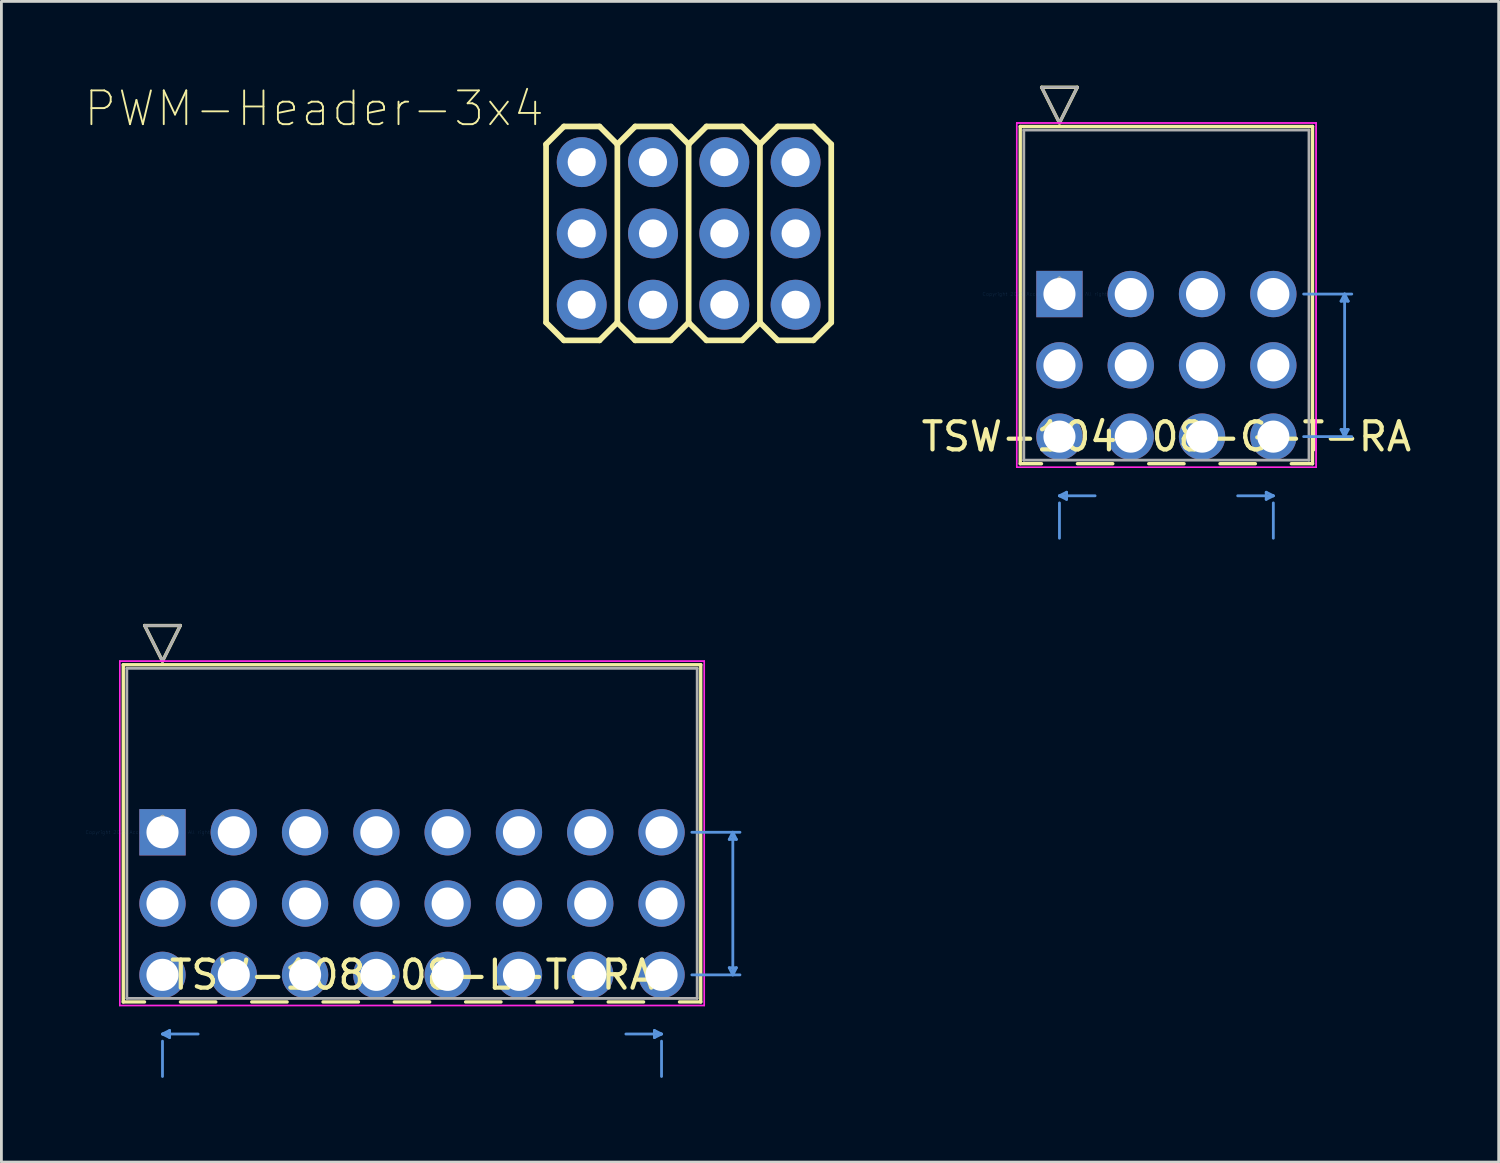
<source format=kicad_pcb>
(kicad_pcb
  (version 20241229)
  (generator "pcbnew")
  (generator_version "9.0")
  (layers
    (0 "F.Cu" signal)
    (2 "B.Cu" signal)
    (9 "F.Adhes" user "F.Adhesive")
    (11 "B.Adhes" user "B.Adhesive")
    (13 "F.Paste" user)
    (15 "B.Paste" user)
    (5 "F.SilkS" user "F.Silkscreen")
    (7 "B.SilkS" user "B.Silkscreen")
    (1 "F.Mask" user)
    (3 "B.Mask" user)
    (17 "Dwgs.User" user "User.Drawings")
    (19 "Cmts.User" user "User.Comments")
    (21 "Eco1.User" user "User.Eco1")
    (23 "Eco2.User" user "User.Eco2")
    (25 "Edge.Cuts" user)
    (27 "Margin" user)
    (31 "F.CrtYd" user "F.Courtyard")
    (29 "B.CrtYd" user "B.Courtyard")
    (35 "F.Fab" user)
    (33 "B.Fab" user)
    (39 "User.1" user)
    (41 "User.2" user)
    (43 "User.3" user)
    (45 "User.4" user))
  (footprint "PWM-Header-3x4"
    (layer "F.Cu")
    (at 21.485 5.266)
    (property "Reference" "PWM-Header-3x4" (at -5.08 -4.445 180) (layer "F.SilkS") (effects (font (size 1.203 1.203) (thickness 0.067)) (justify right)))
    (fp_line (start -5.08 -3.175) (end -4.445 -3.81) (stroke (width 0.203) (type solid)) (layer "F.SilkS"))
    (fp_line (start -5.08 3.175) (end -5.08 -3.175) (stroke (width 0.203) (type solid)) (layer "F.SilkS"))
    (fp_line (start -5.08 3.175) (end -4.445 3.81) (stroke (width 0.203) (type solid)) (layer "F.SilkS"))
    (fp_line (start -4.445 -3.81) (end -3.175 -3.81) (stroke (width 0.203) (type solid)) (layer "F.SilkS"))
    (fp_line (start -4.445 3.81) (end -3.175 3.81) (stroke (width 0.203) (type solid)) (layer "F.SilkS"))
    (fp_line (start -3.175 -3.81) (end -2.54 -3.175) (stroke (width 0.203) (type solid)) (layer "F.SilkS"))
    (fp_line (start -3.175 3.81) (end -2.54 3.175) (stroke (width 0.203) (type solid)) (layer "F.SilkS"))
    (fp_line (start -2.54 -3.175) (end -2.54 3.175) (stroke (width 0.203) (type solid)) (layer "F.SilkS"))
    (fp_line (start -2.54 -3.175) (end -1.905 -3.81) (stroke (width 0.203) (type solid)) (layer "F.SilkS"))
    (fp_line (start -2.54 3.175) (end -1.905 3.81) (stroke (width 0.203) (type solid)) (layer "F.SilkS"))
    (fp_line (start -1.905 -3.81) (end -0.635 -3.81) (stroke (width 0.203) (type solid)) (layer "F.SilkS"))
    (fp_line (start -1.905 3.81) (end -0.635 3.81) (stroke (width 0.203) (type solid)) (layer "F.SilkS"))
    (fp_line (start -0.635 -3.81) (end 0 -3.175) (stroke (width 0.203) (type solid)) (layer "F.SilkS"))
    (fp_line (start -0.635 3.81) (end 0 3.175) (stroke (width 0.203) (type solid)) (layer "F.SilkS"))
    (fp_line (start 0 -3.175) (end 0 3.175) (stroke (width 0.203) (type solid)) (layer "F.SilkS"))
    (fp_line (start 0 -3.175) (end 0.635 -3.81) (stroke (width 0.203) (type solid)) (layer "F.SilkS"))
    (fp_line (start 0 3.175) (end 0.635 3.81) (stroke (width 0.203) (type solid)) (layer "F.SilkS"))
    (fp_line (start 0.635 -3.81) (end 1.905 -3.81) (stroke (width 0.203) (type solid)) (layer "F.SilkS"))
    (fp_line (start 0.635 3.81) (end 1.905 3.81) (stroke (width 0.203) (type solid)) (layer "F.SilkS"))
    (fp_line (start 1.905 -3.81) (end 2.54 -3.175) (stroke (width 0.203) (type solid)) (layer "F.SilkS"))
    (fp_line (start 1.905 3.81) (end 2.54 3.175) (stroke (width 0.203) (type solid)) (layer "F.SilkS"))
    (fp_line (start 2.54 -3.175) (end 2.54 3.175) (stroke (width 0.203) (type solid)) (layer "F.SilkS"))
    (fp_line (start 2.54 -3.175) (end 3.175 -3.81) (stroke (width 0.203) (type solid)) (layer "F.SilkS"))
    (fp_line (start 2.54 3.175) (end 3.175 3.81) (stroke (width 0.203) (type solid)) (layer "F.SilkS"))
    (fp_line (start 3.175 -3.81) (end 4.445 -3.81) (stroke (width 0.203) (type solid)) (layer "F.SilkS"))
    (fp_line (start 3.175 3.81) (end 4.445 3.81) (stroke (width 0.203) (type solid)) (layer "F.SilkS"))
    (fp_line (start 4.445 -3.81) (end 5.08 -3.175) (stroke (width 0.203) (type solid)) (layer "F.SilkS"))
    (fp_line (start 4.445 3.81) (end 5.08 3.175) (stroke (width 0.203) (type solid)) (layer "F.SilkS"))
    (fp_line (start 5.08 -3.175) (end 5.08 3.175) (stroke (width 0.203) (type solid)) (layer "F.SilkS"))
    (fp_poly (pts (xy -4.064 -2.286) (xy -3.556 -2.286) (xy -3.556 -2.794) (xy -4.064 -2.794)) (stroke (width 0.1) (type solid)) (fill no) (layer "F.Fab"))
    (fp_poly (pts (xy -4.064 0.254) (xy -3.556 0.254) (xy -3.556 -0.254) (xy -4.064 -0.254)) (stroke (width 0.1) (type solid)) (fill no) (layer "F.Fab"))
    (fp_poly (pts (xy -4.064 2.794) (xy -3.556 2.794) (xy -3.556 2.286) (xy -4.064 2.286)) (stroke (width 0.1) (type solid)) (fill no) (layer "F.Fab"))
    (fp_poly (pts (xy -1.524 -2.286) (xy -1.016 -2.286) (xy -1.016 -2.794) (xy -1.524 -2.794)) (stroke (width 0.1) (type solid)) (fill no) (layer "F.Fab"))
    (fp_poly (pts (xy -1.524 0.254) (xy -1.016 0.254) (xy -1.016 -0.254) (xy -1.524 -0.254)) (stroke (width 0.1) (type solid)) (fill no) (layer "F.Fab"))
    (fp_poly (pts (xy -1.524 2.794) (xy -1.016 2.794) (xy -1.016 2.286) (xy -1.524 2.286)) (stroke (width 0.1) (type solid)) (fill no) (layer "F.Fab"))
    (fp_poly (pts (xy 1.016 -2.286) (xy 1.524 -2.286) (xy 1.524 -2.794) (xy 1.016 -2.794)) (stroke (width 0.1) (type solid)) (fill no) (layer "F.Fab"))
    (fp_poly (pts (xy 1.016 0.254) (xy 1.524 0.254) (xy 1.524 -0.254) (xy 1.016 -0.254)) (stroke (width 0.1) (type solid)) (fill no) (layer "F.Fab"))
    (fp_poly (pts (xy 1.016 2.794) (xy 1.524 2.794) (xy 1.524 2.286) (xy 1.016 2.286)) (stroke (width 0.1) (type solid)) (fill no) (layer "F.Fab"))
    (fp_poly (pts (xy 3.556 -2.286) (xy 4.064 -2.286) (xy 4.064 -2.794) (xy 3.556 -2.794)) (stroke (width 0.1) (type solid)) (fill no) (layer "F.Fab"))
    (fp_poly (pts (xy 3.556 0.254) (xy 4.064 0.254) (xy 4.064 -0.254) (xy 3.556 -0.254)) (stroke (width 0.1) (type solid)) (fill no) (layer "F.Fab"))
    (fp_poly (pts (xy 3.556 2.794) (xy 4.064 2.794) (xy 4.064 2.286) (xy 3.556 2.286)) (stroke (width 0.1) (type solid)) (fill no) (layer "F.Fab"))
    (pad "1" thru_hole circle (at -3.81 2.54) (size 1.778 1.778) (drill 1) (layers "*.Cu" "*.Mask"))
    (pad "2" thru_hole circle (at -3.81 0) (size 1.778 1.778) (drill 1) (layers "*.Cu" "*.Mask"))
    (pad "3" thru_hole circle (at -3.81 -2.54) (size 1.778 1.778) (drill 1) (layers "*.Cu" "*.Mask"))
    (pad "4" thru_hole circle (at -1.27 2.54) (size 1.778 1.778) (drill 1) (layers "*.Cu" "*.Mask"))
    (pad "5" thru_hole circle (at -1.27 0) (size 1.778 1.778) (drill 1) (layers "*.Cu" "*.Mask"))
    (pad "6" thru_hole circle (at -1.27 -2.54) (size 1.778 1.778) (drill 1) (layers "*.Cu" "*.Mask"))
    (pad "7" thru_hole circle (at 1.27 2.54) (size 1.778 1.778) (drill 1) (layers "*.Cu" "*.Mask"))
    (pad "8" thru_hole circle (at 1.27 0) (size 1.778 1.778) (drill 1) (layers "*.Cu" "*.Mask"))
    (pad "9" thru_hole circle (at 1.27 -2.54) (size 1.778 1.778) (drill 1) (layers "*.Cu" "*.Mask"))
    (pad "10" thru_hole circle (at 3.81 2.54) (size 1.778 1.778) (drill 1) (layers "*.Cu" "*.Mask"))
    (pad "11" thru_hole circle (at 3.81 0) (size 1.778 1.778) (drill 1) (layers "*.Cu" "*.Mask"))
    (pad "12" thru_hole circle (at 3.81 -2.54) (size 1.778 1.778) (drill 1) (layers "*.Cu" "*.Mask")))
  (footprint "TSW-104-08-G-T-RA"
    (layer "F.Cu")
    (at 34.696 7.426)
    (property "Reference" "TSW-104-08-G-T-RA" (at 3.81 5.08 0) (layer "F.SilkS") (effects (font (size 1 1) (thickness 0.15))))
    (attr through_hole)
    (fp_line (start -1.397 -5.969) (end -1.397 6.045) (stroke (width 0.12) (type solid)) (layer "F.SilkS"))
    (fp_line (start -1.397 6.045) (end -0.64 6.045) (stroke (width 0.12) (type solid)) (layer "F.SilkS"))
    (fp_line (start -0.635 -7.366) (end 0.635 -7.366) (stroke (width 0.12) (type solid)) (layer "F.SilkS"))
    (fp_line (start 0 -6.096) (end -0.635 -7.366) (stroke (width 0.12) (type solid)) (layer "F.SilkS"))
    (fp_line (start 0.635 -7.366) (end 0 -6.096) (stroke (width 0.12) (type solid)) (layer "F.SilkS"))
    (fp_line (start 0.64 6.045) (end 1.9 6.045) (stroke (width 0.12) (type solid)) (layer "F.SilkS"))
    (fp_line (start 3.18 6.045) (end 4.44 6.045) (stroke (width 0.12) (type solid)) (layer "F.SilkS"))
    (fp_line (start 5.72 6.045) (end 6.98 6.045) (stroke (width 0.12) (type solid)) (layer "F.SilkS"))
    (fp_line (start 8.26 6.045) (end 9.017 6.045) (stroke (width 0.12) (type solid)) (layer "F.SilkS"))
    (fp_line (start 9.017 -5.969) (end -1.397 -5.969) (stroke (width 0.12) (type solid)) (layer "F.SilkS"))
    (fp_line (start 9.017 6.045) (end 9.017 -5.969) (stroke (width 0.12) (type solid)) (layer "F.SilkS"))
    (fp_line (start 0 7.188) (end 0.254 7.315) (stroke (width 0.1) (type solid)) (layer "Cmts.User"))
    (fp_line (start 0 7.188) (end 1.27 7.188) (stroke (width 0.1) (type solid)) (layer "Cmts.User"))
    (fp_line (start 0 8.7) (end 0 7.442) (stroke (width 0.1) (type solid)) (layer "Cmts.User"))
    (fp_line (start 0.254 7.061) (end 0 7.188) (stroke (width 0.1) (type solid)) (layer "Cmts.User"))
    (fp_line (start 0.254 7.315) (end 0.254 7.061) (stroke (width 0.1) (type solid)) (layer "Cmts.User"))
    (fp_line (start 7.366 7.061) (end 7.62 7.188) (stroke (width 0.1) (type solid)) (layer "Cmts.User"))
    (fp_line (start 7.366 7.315) (end 7.366 7.061) (stroke (width 0.1) (type solid)) (layer "Cmts.User"))
    (fp_line (start 7.62 7.188) (end 6.35 7.188) (stroke (width 0.1) (type solid)) (layer "Cmts.User"))
    (fp_line (start 7.62 7.188) (end 7.366 7.315) (stroke (width 0.1) (type solid)) (layer "Cmts.User"))
    (fp_line (start 7.62 8.7) (end 7.62 7.442) (stroke (width 0.1) (type solid)) (layer "Cmts.User"))
    (fp_line (start 8.7 0) (end 10.414 0) (stroke (width 0.1) (type solid)) (layer "Cmts.User"))
    (fp_line (start 8.7 5.08) (end 10.414 5.08) (stroke (width 0.1) (type solid)) (layer "Cmts.User"))
    (fp_line (start 10.033 0.254) (end 10.287 0.254) (stroke (width 0.1) (type solid)) (layer "Cmts.User"))
    (fp_line (start 10.033 4.826) (end 10.287 4.826) (stroke (width 0.1) (type solid)) (layer "Cmts.User"))
    (fp_line (start 10.16 0) (end 10.033 0.254) (stroke (width 0.1) (type solid)) (layer "Cmts.User"))
    (fp_line (start 10.16 0) (end 10.16 5.08) (stroke (width 0.1) (type solid)) (layer "Cmts.User"))
    (fp_line (start 10.16 5.08) (end 10.033 4.826) (stroke (width 0.1) (type solid)) (layer "Cmts.User"))
    (fp_line (start 10.287 0.254) (end 10.16 0) (stroke (width 0.1) (type solid)) (layer "Cmts.User"))
    (fp_line (start 10.287 4.826) (end 10.16 5.08) (stroke (width 0.1) (type solid)) (layer "Cmts.User"))
    (fp_line (start -1.524 -6.096) (end -1.524 6.172) (stroke (width 0.05) (type solid)) (layer "F.CrtYd"))
    (fp_line (start -1.524 -6.096) (end -1.524 6.172) (stroke (width 0.05) (type solid)) (layer "F.CrtYd"))
    (fp_line (start -1.524 6.172) (end 9.144 6.172) (stroke (width 0.05) (type solid)) (layer "F.CrtYd"))
    (fp_line (start -1.524 6.172) (end 9.144 6.172) (stroke (width 0.05) (type solid)) (layer "F.CrtYd"))
    (fp_line (start 9.144 -6.096) (end -1.524 -6.096) (stroke (width 0.05) (type solid)) (layer "F.CrtYd"))
    (fp_line (start 9.144 -6.096) (end -1.524 -6.096) (stroke (width 0.05) (type solid)) (layer "F.CrtYd"))
    (fp_line (start 9.144 6.172) (end 9.144 -6.096) (stroke (width 0.05) (type solid)) (layer "F.CrtYd"))
    (fp_line (start 9.144 6.172) (end 9.144 -6.096) (stroke (width 0.05) (type solid)) (layer "F.CrtYd"))
    (fp_line (start -1.27 -5.842) (end -1.27 5.918) (stroke (width 0.1) (type solid)) (layer "F.Fab"))
    (fp_line (start -1.27 5.918) (end 8.89 5.918) (stroke (width 0.1) (type solid)) (layer "F.Fab"))
    (fp_line (start -0.635 -7.366) (end 0.635 -7.366) (stroke (width 0.1) (type solid)) (layer "F.Fab"))
    (fp_line (start 0 -6.096) (end -0.635 -7.366) (stroke (width 0.1) (type solid)) (layer "F.Fab"))
    (fp_line (start 0.635 -7.366) (end 0 -6.096) (stroke (width 0.1) (type solid)) (layer "F.Fab"))
    (fp_line (start 8.89 -5.842) (end -1.27 -5.842) (stroke (width 0.1) (type solid)) (layer "F.Fab"))
    (fp_line (start 8.89 5.918) (end 8.89 -5.842) (stroke (width 0.1) (type solid)) (layer "F.Fab"))
    (fp_text user "*" (at 0 0 0) (layer "F.SilkS") (effects (font (size 1 1) (thickness 0.15))))
    (fp_text user "Copyright 2021 Accelerated Designs. All rights reserved." (at 0 0 0) (layer "Cmts.User") (effects (font (size 0.127 0.127) (thickness 0.002))))
    (fp_text user "*" (at 0 0 0) (layer "F.Fab") (effects (font (size 1 1) (thickness 0.15))))
    (pad "1" thru_hole rect (at 0 0) (size 1.651 1.651) (drill 1.143) (layers "*.Cu" "*.Mask"))
    (pad "2" thru_hole circle (at 0 2.54) (size 1.651 1.651) (drill 1.143) (layers "*.Cu" "*.Mask"))
    (pad "3" thru_hole circle (at 0 5.08) (size 1.651 1.651) (drill 1.143) (layers "*.Cu" "*.Mask"))
    (pad "4" thru_hole circle (at 2.54 0) (size 1.651 1.651) (drill 1.143) (layers "*.Cu" "*.Mask"))
    (pad "5" thru_hole circle (at 2.54 2.54) (size 1.651 1.651) (drill 1.143) (layers "*.Cu" "*.Mask"))
    (pad "6" thru_hole circle (at 2.54 5.08) (size 1.651 1.651) (drill 1.143) (layers "*.Cu" "*.Mask"))
    (pad "7" thru_hole circle (at 5.08 0) (size 1.651 1.651) (drill 1.143) (layers "*.Cu" "*.Mask"))
    (pad "8" thru_hole circle (at 5.08 2.54) (size 1.651 1.651) (drill 1.143) (layers "*.Cu" "*.Mask"))
    (pad "9" thru_hole circle (at 5.08 5.08) (size 1.651 1.651) (drill 1.143) (layers "*.Cu" "*.Mask"))
    (pad "10" thru_hole circle (at 7.62 0) (size 1.651 1.651) (drill 1.143) (layers "*.Cu" "*.Mask"))
    (pad "11" thru_hole circle (at 7.62 2.54) (size 1.651 1.651) (drill 1.143) (layers "*.Cu" "*.Mask"))
    (pad "12" thru_hole circle (at 7.62 5.08) (size 1.651 1.651) (drill 1.143) (layers "*.Cu" "*.Mask")))
  (footprint "TSW-108-08-L-T-RA"
    (layer "F.Cu")
    (at 2.739 26.602)
    (property "Reference" "TSW-108-08-L-T-RA" (at 8.89 5.08 0) (layer "F.SilkS") (effects (font (size 1 1) (thickness 0.15))))
    (attr through_hole)
    (fp_line (start -1.397 -5.969) (end -1.397 6.045) (stroke (width 0.12) (type solid)) (layer "F.SilkS"))
    (fp_line (start -1.397 6.045) (end -0.64 6.045) (stroke (width 0.12) (type solid)) (layer "F.SilkS"))
    (fp_line (start -0.635 -7.366) (end 0.635 -7.366) (stroke (width 0.12) (type solid)) (layer "F.SilkS"))
    (fp_line (start 0 -6.096) (end -0.635 -7.366) (stroke (width 0.12) (type solid)) (layer "F.SilkS"))
    (fp_line (start 0.635 -7.366) (end 0 -6.096) (stroke (width 0.12) (type solid)) (layer "F.SilkS"))
    (fp_line (start 0.64 6.045) (end 1.9 6.045) (stroke (width 0.12) (type solid)) (layer "F.SilkS"))
    (fp_line (start 3.18 6.045) (end 4.44 6.045) (stroke (width 0.12) (type solid)) (layer "F.SilkS"))
    (fp_line (start 5.72 6.045) (end 6.98 6.045) (stroke (width 0.12) (type solid)) (layer "F.SilkS"))
    (fp_line (start 8.26 6.045) (end 9.52 6.045) (stroke (width 0.12) (type solid)) (layer "F.SilkS"))
    (fp_line (start 10.8 6.045) (end 12.06 6.045) (stroke (width 0.12) (type solid)) (layer "F.SilkS"))
    (fp_line (start 13.34 6.045) (end 14.6 6.045) (stroke (width 0.12) (type solid)) (layer "F.SilkS"))
    (fp_line (start 15.88 6.045) (end 17.14 6.045) (stroke (width 0.12) (type solid)) (layer "F.SilkS"))
    (fp_line (start 18.42 6.045) (end 19.177 6.045) (stroke (width 0.12) (type solid)) (layer "F.SilkS"))
    (fp_line (start 19.177 -5.969) (end -1.397 -5.969) (stroke (width 0.12) (type solid)) (layer "F.SilkS"))
    (fp_line (start 19.177 6.045) (end 19.177 -5.969) (stroke (width 0.12) (type solid)) (layer "F.SilkS"))
    (fp_line (start 0 7.188) (end 0.254 7.315) (stroke (width 0.1) (type solid)) (layer "Cmts.User"))
    (fp_line (start 0 7.188) (end 1.27 7.188) (stroke (width 0.1) (type solid)) (layer "Cmts.User"))
    (fp_line (start 0 8.7) (end 0 7.442) (stroke (width 0.1) (type solid)) (layer "Cmts.User"))
    (fp_line (start 0.254 7.061) (end 0 7.188) (stroke (width 0.1) (type solid)) (layer "Cmts.User"))
    (fp_line (start 0.254 7.315) (end 0.254 7.061) (stroke (width 0.1) (type solid)) (layer "Cmts.User"))
    (fp_line (start 17.526 7.061) (end 17.78 7.188) (stroke (width 0.1) (type solid)) (layer "Cmts.User"))
    (fp_line (start 17.526 7.315) (end 17.526 7.061) (stroke (width 0.1) (type solid)) (layer "Cmts.User"))
    (fp_line (start 17.78 7.188) (end 16.51 7.188) (stroke (width 0.1) (type solid)) (layer "Cmts.User"))
    (fp_line (start 17.78 7.188) (end 17.526 7.315) (stroke (width 0.1) (type solid)) (layer "Cmts.User"))
    (fp_line (start 17.78 8.7) (end 17.78 7.442) (stroke (width 0.1) (type solid)) (layer "Cmts.User"))
    (fp_line (start 18.86 0) (end 20.574 0) (stroke (width 0.1) (type solid)) (layer "Cmts.User"))
    (fp_line (start 18.86 5.08) (end 20.574 5.08) (stroke (width 0.1) (type solid)) (layer "Cmts.User"))
    (fp_line (start 20.193 0.254) (end 20.447 0.254) (stroke (width 0.1) (type solid)) (layer "Cmts.User"))
    (fp_line (start 20.193 4.826) (end 20.447 4.826) (stroke (width 0.1) (type solid)) (layer "Cmts.User"))
    (fp_line (start 20.32 0) (end 20.193 0.254) (stroke (width 0.1) (type solid)) (layer "Cmts.User"))
    (fp_line (start 20.32 0) (end 20.32 5.08) (stroke (width 0.1) (type solid)) (layer "Cmts.User"))
    (fp_line (start 20.32 5.08) (end 20.193 4.826) (stroke (width 0.1) (type solid)) (layer "Cmts.User"))
    (fp_line (start 20.447 0.254) (end 20.32 0) (stroke (width 0.1) (type solid)) (layer "Cmts.User"))
    (fp_line (start 20.447 4.826) (end 20.32 5.08) (stroke (width 0.1) (type solid)) (layer "Cmts.User"))
    (fp_line (start -1.524 -6.096) (end -1.524 6.172) (stroke (width 0.05) (type solid)) (layer "F.CrtYd"))
    (fp_line (start -1.524 -6.096) (end -1.524 6.172) (stroke (width 0.05) (type solid)) (layer "F.CrtYd"))
    (fp_line (start -1.524 6.172) (end 19.304 6.172) (stroke (width 0.05) (type solid)) (layer "F.CrtYd"))
    (fp_line (start -1.524 6.172) (end 19.304 6.172) (stroke (width 0.05) (type solid)) (layer "F.CrtYd"))
    (fp_line (start 19.304 -6.096) (end -1.524 -6.096) (stroke (width 0.05) (type solid)) (layer "F.CrtYd"))
    (fp_line (start 19.304 -6.096) (end -1.524 -6.096) (stroke (width 0.05) (type solid)) (layer "F.CrtYd"))
    (fp_line (start 19.304 6.172) (end 19.304 -6.096) (stroke (width 0.05) (type solid)) (layer "F.CrtYd"))
    (fp_line (start 19.304 6.172) (end 19.304 -6.096) (stroke (width 0.05) (type solid)) (layer "F.CrtYd"))
    (fp_line (start -1.27 -5.842) (end -1.27 5.918) (stroke (width 0.1) (type solid)) (layer "F.Fab"))
    (fp_line (start -1.27 5.918) (end 19.05 5.918) (stroke (width 0.1) (type solid)) (layer "F.Fab"))
    (fp_line (start -0.635 -7.366) (end 0.635 -7.366) (stroke (width 0.1) (type solid)) (layer "F.Fab"))
    (fp_line (start 0 -6.096) (end -0.635 -7.366) (stroke (width 0.1) (type solid)) (layer "F.Fab"))
    (fp_line (start 0.635 -7.366) (end 0 -6.096) (stroke (width 0.1) (type solid)) (layer "F.Fab"))
    (fp_line (start 19.05 -5.842) (end -1.27 -5.842) (stroke (width 0.1) (type solid)) (layer "F.Fab"))
    (fp_line (start 19.05 5.918) (end 19.05 -5.842) (stroke (width 0.1) (type solid)) (layer "F.Fab"))
    (fp_text user "*" (at 0 0 0) (layer "F.SilkS") (effects (font (size 1 1) (thickness 0.15))))
    (fp_text user "Copyright 2021 Accelerated Designs. All rights reserved." (at 0 0 0) (layer "Cmts.User") (effects (font (size 0.127 0.127) (thickness 0.002))))
    (fp_text user "*" (at 0 0 0) (layer "F.Fab") (effects (font (size 1 1) (thickness 0.15))))
    (pad "1" thru_hole rect (at 0 0) (size 1.651 1.651) (drill 1.143) (layers "*.Cu" "*.Mask"))
    (pad "2" thru_hole circle (at 0 2.54) (size 1.651 1.651) (drill 1.143) (layers "*.Cu" "*.Mask"))
    (pad "3" thru_hole circle (at 0 5.08) (size 1.651 1.651) (drill 1.143) (layers "*.Cu" "*.Mask"))
    (pad "4" thru_hole circle (at 2.54 0) (size 1.651 1.651) (drill 1.143) (layers "*.Cu" "*.Mask"))
    (pad "5" thru_hole circle (at 2.54 2.54) (size 1.651 1.651) (drill 1.143) (layers "*.Cu" "*.Mask"))
    (pad "6" thru_hole circle (at 2.54 5.08) (size 1.651 1.651) (drill 1.143) (layers "*.Cu" "*.Mask"))
    (pad "7" thru_hole circle (at 5.08 0) (size 1.651 1.651) (drill 1.143) (layers "*.Cu" "*.Mask"))
    (pad "8" thru_hole circle (at 5.08 2.54) (size 1.651 1.651) (drill 1.143) (layers "*.Cu" "*.Mask"))
    (pad "9" thru_hole circle (at 5.08 5.08) (size 1.651 1.651) (drill 1.143) (layers "*.Cu" "*.Mask"))
    (pad "10" thru_hole circle (at 7.62 0) (size 1.651 1.651) (drill 1.143) (layers "*.Cu" "*.Mask"))
    (pad "11" thru_hole circle (at 7.62 2.54) (size 1.651 1.651) (drill 1.143) (layers "*.Cu" "*.Mask"))
    (pad "12" thru_hole circle (at 7.62 5.08) (size 1.651 1.651) (drill 1.143) (layers "*.Cu" "*.Mask"))
    (pad "13" thru_hole circle (at 10.16 0) (size 1.651 1.651) (drill 1.143) (layers "*.Cu" "*.Mask"))
    (pad "14" thru_hole circle (at 10.16 2.54) (size 1.651 1.651) (drill 1.143) (layers "*.Cu" "*.Mask"))
    (pad "15" thru_hole circle (at 10.16 5.08) (size 1.651 1.651) (drill 1.143) (layers "*.Cu" "*.Mask"))
    (pad "16" thru_hole circle (at 12.7 0) (size 1.651 1.651) (drill 1.143) (layers "*.Cu" "*.Mask"))
    (pad "17" thru_hole circle (at 12.7 2.54) (size 1.651 1.651) (drill 1.143) (layers "*.Cu" "*.Mask"))
    (pad "18" thru_hole circle (at 12.7 5.08) (size 1.651 1.651) (drill 1.143) (layers "*.Cu" "*.Mask"))
    (pad "19" thru_hole circle (at 15.24 0) (size 1.651 1.651) (drill 1.143) (layers "*.Cu" "*.Mask"))
    (pad "20" thru_hole circle (at 15.24 2.54) (size 1.651 1.651) (drill 1.143) (layers "*.Cu" "*.Mask"))
    (pad "21" thru_hole circle (at 15.24 5.08) (size 1.651 1.651) (drill 1.143) (layers "*.Cu" "*.Mask"))
    (pad "22" thru_hole circle (at 17.78 0) (size 1.651 1.651) (drill 1.143) (layers "*.Cu" "*.Mask"))
    (pad "23" thru_hole circle (at 17.78 2.54) (size 1.651 1.651) (drill 1.143) (layers "*.Cu" "*.Mask"))
    (pad "24" thru_hole circle (at 17.78 5.08) (size 1.651 1.651) (drill 1.143) (layers "*.Cu" "*.Mask")))
  (gr_rect
    (start -3 -3)
    (end 50.345 38.351)
    (stroke (width 0.1) (type default))
    (fill no)
    (layer "Edge.Cuts")))
</source>
